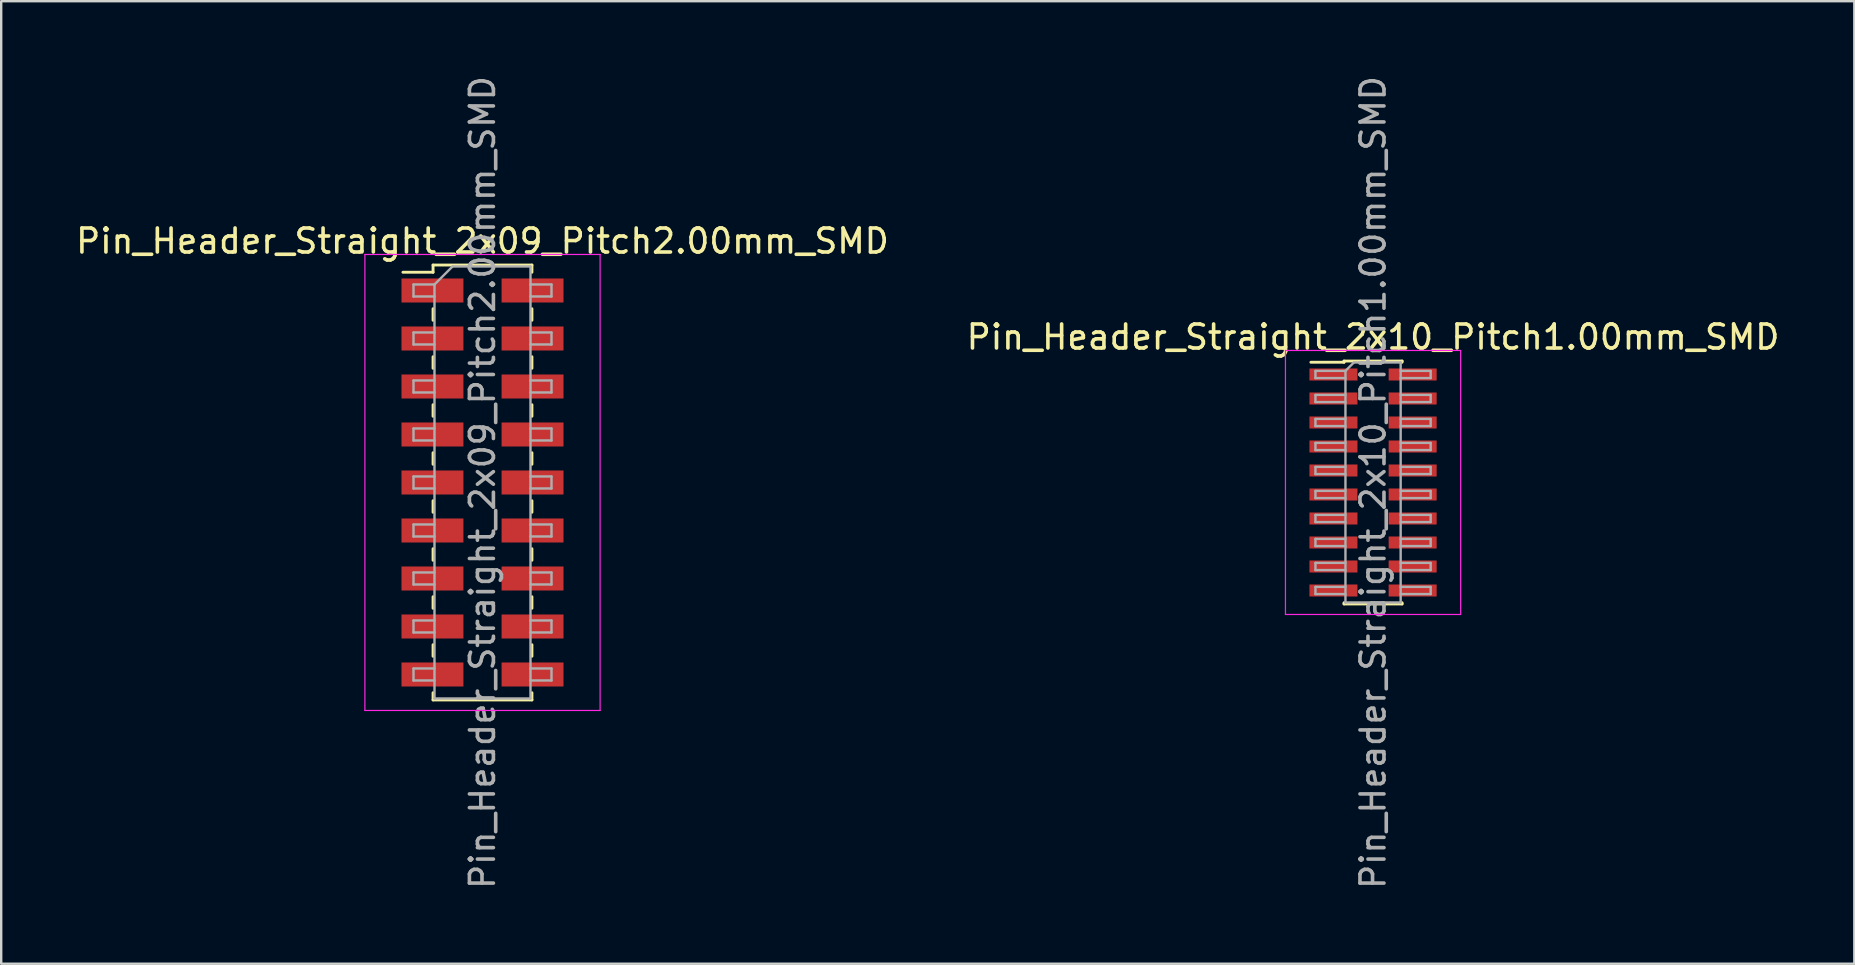
<source format=kicad_pcb>
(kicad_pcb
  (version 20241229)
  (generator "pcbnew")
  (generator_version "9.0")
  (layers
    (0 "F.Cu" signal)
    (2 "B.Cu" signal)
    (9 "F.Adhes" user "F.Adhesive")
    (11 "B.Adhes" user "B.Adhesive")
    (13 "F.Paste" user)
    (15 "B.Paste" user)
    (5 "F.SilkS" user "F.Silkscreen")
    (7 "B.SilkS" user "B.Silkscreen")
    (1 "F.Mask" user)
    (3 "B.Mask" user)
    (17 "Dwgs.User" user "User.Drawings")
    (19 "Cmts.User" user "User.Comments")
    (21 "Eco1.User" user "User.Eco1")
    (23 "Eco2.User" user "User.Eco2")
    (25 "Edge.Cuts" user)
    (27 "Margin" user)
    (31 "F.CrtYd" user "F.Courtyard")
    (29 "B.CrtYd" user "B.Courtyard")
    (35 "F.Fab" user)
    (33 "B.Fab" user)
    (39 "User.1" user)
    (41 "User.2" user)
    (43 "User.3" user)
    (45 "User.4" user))
  (footprint "Pin_Header_Straight_2x10_Pitch1.00mm_SMD"
    (layer "F.Cu")
    (at 54.161 17.054)
    (property "Reference" "Pin_Header_Straight_2x10_Pitch1.00mm_SMD" (at 0 -6.06 0) (layer "F.SilkS") (effects (font (size 1 1) (thickness 0.15))))
    (attr smd)
    (fp_line (start -2.59 -5.01) (end -1.21 -5.01) (stroke (width 0.12) (type solid)) (layer "F.SilkS"))
    (fp_line (start -1.21 -5.06) (end -1.21 -5.01) (stroke (width 0.12) (type solid)) (layer "F.SilkS"))
    (fp_line (start -1.21 -5.06) (end 1.21 -5.06) (stroke (width 0.12) (type solid)) (layer "F.SilkS"))
    (fp_line (start -1.21 5.01) (end -1.21 5.06) (stroke (width 0.12) (type solid)) (layer "F.SilkS"))
    (fp_line (start -1.21 5.06) (end 1.21 5.06) (stroke (width 0.12) (type solid)) (layer "F.SilkS"))
    (fp_line (start 1.21 -5.06) (end 1.21 -5.01) (stroke (width 0.12) (type solid)) (layer "F.SilkS"))
    (fp_line (start 1.21 5.01) (end 1.21 5.06) (stroke (width 0.12) (type solid)) (layer "F.SilkS"))
    (fp_line (start -3.65 -5.5) (end -3.65 5.5) (stroke (width 0.05) (type solid)) (layer "F.CrtYd"))
    (fp_line (start -3.65 5.5) (end 3.65 5.5) (stroke (width 0.05) (type solid)) (layer "F.CrtYd"))
    (fp_line (start 3.65 -5.5) (end -3.65 -5.5) (stroke (width 0.05) (type solid)) (layer "F.CrtYd"))
    (fp_line (start 3.65 5.5) (end 3.65 -5.5) (stroke (width 0.05) (type solid)) (layer "F.CrtYd"))
    (fp_line (start -2.4 -4.65) (end -2.4 -4.35) (stroke (width 0.1) (type solid)) (layer "F.Fab"))
    (fp_line (start -2.4 -4.35) (end -1.15 -4.35) (stroke (width 0.1) (type solid)) (layer "F.Fab"))
    (fp_line (start -2.4 -3.65) (end -2.4 -3.35) (stroke (width 0.1) (type solid)) (layer "F.Fab"))
    (fp_line (start -2.4 -3.35) (end -1.15 -3.35) (stroke (width 0.1) (type solid)) (layer "F.Fab"))
    (fp_line (start -2.4 -2.65) (end -2.4 -2.35) (stroke (width 0.1) (type solid)) (layer "F.Fab"))
    (fp_line (start -2.4 -2.35) (end -1.15 -2.35) (stroke (width 0.1) (type solid)) (layer "F.Fab"))
    (fp_line (start -2.4 -1.65) (end -2.4 -1.35) (stroke (width 0.1) (type solid)) (layer "F.Fab"))
    (fp_line (start -2.4 -1.35) (end -1.15 -1.35) (stroke (width 0.1) (type solid)) (layer "F.Fab"))
    (fp_line (start -2.4 -0.65) (end -2.4 -0.35) (stroke (width 0.1) (type solid)) (layer "F.Fab"))
    (fp_line (start -2.4 -0.35) (end -1.15 -0.35) (stroke (width 0.1) (type solid)) (layer "F.Fab"))
    (fp_line (start -2.4 0.35) (end -2.4 0.65) (stroke (width 0.1) (type solid)) (layer "F.Fab"))
    (fp_line (start -2.4 0.65) (end -1.15 0.65) (stroke (width 0.1) (type solid)) (layer "F.Fab"))
    (fp_line (start -2.4 1.35) (end -2.4 1.65) (stroke (width 0.1) (type solid)) (layer "F.Fab"))
    (fp_line (start -2.4 1.65) (end -1.15 1.65) (stroke (width 0.1) (type solid)) (layer "F.Fab"))
    (fp_line (start -2.4 2.35) (end -2.4 2.65) (stroke (width 0.1) (type solid)) (layer "F.Fab"))
    (fp_line (start -2.4 2.65) (end -1.15 2.65) (stroke (width 0.1) (type solid)) (layer "F.Fab"))
    (fp_line (start -2.4 3.35) (end -2.4 3.65) (stroke (width 0.1) (type solid)) (layer "F.Fab"))
    (fp_line (start -2.4 3.65) (end -1.15 3.65) (stroke (width 0.1) (type solid)) (layer "F.Fab"))
    (fp_line (start -2.4 4.35) (end -2.4 4.65) (stroke (width 0.1) (type solid)) (layer "F.Fab"))
    (fp_line (start -2.4 4.65) (end -1.15 4.65) (stroke (width 0.1) (type solid)) (layer "F.Fab"))
    (fp_line (start -1.15 -4.65) (end -2.4 -4.65) (stroke (width 0.1) (type solid)) (layer "F.Fab"))
    (fp_line (start -1.15 -4.65) (end -0.8 -5) (stroke (width 0.1) (type solid)) (layer "F.Fab"))
    (fp_line (start -1.15 -3.65) (end -2.4 -3.65) (stroke (width 0.1) (type solid)) (layer "F.Fab"))
    (fp_line (start -1.15 -2.65) (end -2.4 -2.65) (stroke (width 0.1) (type solid)) (layer "F.Fab"))
    (fp_line (start -1.15 -1.65) (end -2.4 -1.65) (stroke (width 0.1) (type solid)) (layer "F.Fab"))
    (fp_line (start -1.15 -0.65) (end -2.4 -0.65) (stroke (width 0.1) (type solid)) (layer "F.Fab"))
    (fp_line (start -1.15 0.35) (end -2.4 0.35) (stroke (width 0.1) (type solid)) (layer "F.Fab"))
    (fp_line (start -1.15 1.35) (end -2.4 1.35) (stroke (width 0.1) (type solid)) (layer "F.Fab"))
    (fp_line (start -1.15 2.35) (end -2.4 2.35) (stroke (width 0.1) (type solid)) (layer "F.Fab"))
    (fp_line (start -1.15 3.35) (end -2.4 3.35) (stroke (width 0.1) (type solid)) (layer "F.Fab"))
    (fp_line (start -1.15 4.35) (end -2.4 4.35) (stroke (width 0.1) (type solid)) (layer "F.Fab"))
    (fp_line (start -1.15 5) (end -1.15 -4.65) (stroke (width 0.1) (type solid)) (layer "F.Fab"))
    (fp_line (start -0.8 -5) (end 1.15 -5) (stroke (width 0.1) (type solid)) (layer "F.Fab"))
    (fp_line (start 1.15 -5) (end 1.15 5) (stroke (width 0.1) (type solid)) (layer "F.Fab"))
    (fp_line (start 1.15 -4.65) (end 2.4 -4.65) (stroke (width 0.1) (type solid)) (layer "F.Fab"))
    (fp_line (start 1.15 -3.65) (end 2.4 -3.65) (stroke (width 0.1) (type solid)) (layer "F.Fab"))
    (fp_line (start 1.15 -2.65) (end 2.4 -2.65) (stroke (width 0.1) (type solid)) (layer "F.Fab"))
    (fp_line (start 1.15 -1.65) (end 2.4 -1.65) (stroke (width 0.1) (type solid)) (layer "F.Fab"))
    (fp_line (start 1.15 -0.65) (end 2.4 -0.65) (stroke (width 0.1) (type solid)) (layer "F.Fab"))
    (fp_line (start 1.15 0.35) (end 2.4 0.35) (stroke (width 0.1) (type solid)) (layer "F.Fab"))
    (fp_line (start 1.15 1.35) (end 2.4 1.35) (stroke (width 0.1) (type solid)) (layer "F.Fab"))
    (fp_line (start 1.15 2.35) (end 2.4 2.35) (stroke (width 0.1) (type solid)) (layer "F.Fab"))
    (fp_line (start 1.15 3.35) (end 2.4 3.35) (stroke (width 0.1) (type solid)) (layer "F.Fab"))
    (fp_line (start 1.15 4.35) (end 2.4 4.35) (stroke (width 0.1) (type solid)) (layer "F.Fab"))
    (fp_line (start 1.15 5) (end -1.15 5) (stroke (width 0.1) (type solid)) (layer "F.Fab"))
    (fp_line (start 2.4 -4.65) (end 2.4 -4.35) (stroke (width 0.1) (type solid)) (layer "F.Fab"))
    (fp_line (start 2.4 -4.35) (end 1.15 -4.35) (stroke (width 0.1) (type solid)) (layer "F.Fab"))
    (fp_line (start 2.4 -3.65) (end 2.4 -3.35) (stroke (width 0.1) (type solid)) (layer "F.Fab"))
    (fp_line (start 2.4 -3.35) (end 1.15 -3.35) (stroke (width 0.1) (type solid)) (layer "F.Fab"))
    (fp_line (start 2.4 -2.65) (end 2.4 -2.35) (stroke (width 0.1) (type solid)) (layer "F.Fab"))
    (fp_line (start 2.4 -2.35) (end 1.15 -2.35) (stroke (width 0.1) (type solid)) (layer "F.Fab"))
    (fp_line (start 2.4 -1.65) (end 2.4 -1.35) (stroke (width 0.1) (type solid)) (layer "F.Fab"))
    (fp_line (start 2.4 -1.35) (end 1.15 -1.35) (stroke (width 0.1) (type solid)) (layer "F.Fab"))
    (fp_line (start 2.4 -0.65) (end 2.4 -0.35) (stroke (width 0.1) (type solid)) (layer "F.Fab"))
    (fp_line (start 2.4 -0.35) (end 1.15 -0.35) (stroke (width 0.1) (type solid)) (layer "F.Fab"))
    (fp_line (start 2.4 0.35) (end 2.4 0.65) (stroke (width 0.1) (type solid)) (layer "F.Fab"))
    (fp_line (start 2.4 0.65) (end 1.15 0.65) (stroke (width 0.1) (type solid)) (layer "F.Fab"))
    (fp_line (start 2.4 1.35) (end 2.4 1.65) (stroke (width 0.1) (type solid)) (layer "F.Fab"))
    (fp_line (start 2.4 1.65) (end 1.15 1.65) (stroke (width 0.1) (type solid)) (layer "F.Fab"))
    (fp_line (start 2.4 2.35) (end 2.4 2.65) (stroke (width 0.1) (type solid)) (layer "F.Fab"))
    (fp_line (start 2.4 2.65) (end 1.15 2.65) (stroke (width 0.1) (type solid)) (layer "F.Fab"))
    (fp_line (start 2.4 3.35) (end 2.4 3.65) (stroke (width 0.1) (type solid)) (layer "F.Fab"))
    (fp_line (start 2.4 3.65) (end 1.15 3.65) (stroke (width 0.1) (type solid)) (layer "F.Fab"))
    (fp_line (start 2.4 4.35) (end 2.4 4.65) (stroke (width 0.1) (type solid)) (layer "F.Fab"))
    (fp_line (start 2.4 4.65) (end 1.15 4.65) (stroke (width 0.1) (type solid)) (layer "F.Fab"))
    (fp_text user "${REFERENCE}" (at 0 0 90) (layer "F.Fab") (effects (font (size 1 1) (thickness 0.15))))
    (pad "1" smd rect (at -1.65 -4.5) (size 2 0.5) (layers "F.Cu" "F.Mask" "F.Paste"))
    (pad "2" smd rect (at 1.65 -4.5) (size 2 0.5) (layers "F.Cu" "F.Mask" "F.Paste"))
    (pad "3" smd rect (at -1.65 -3.5) (size 2 0.5) (layers "F.Cu" "F.Mask" "F.Paste"))
    (pad "4" smd rect (at 1.65 -3.5) (size 2 0.5) (layers "F.Cu" "F.Mask" "F.Paste"))
    (pad "5" smd rect (at -1.65 -2.5) (size 2 0.5) (layers "F.Cu" "F.Mask" "F.Paste"))
    (pad "6" smd rect (at 1.65 -2.5) (size 2 0.5) (layers "F.Cu" "F.Mask" "F.Paste"))
    (pad "7" smd rect (at -1.65 -1.5) (size 2 0.5) (layers "F.Cu" "F.Mask" "F.Paste"))
    (pad "8" smd rect (at 1.65 -1.5) (size 2 0.5) (layers "F.Cu" "F.Mask" "F.Paste"))
    (pad "9" smd rect (at -1.65 -0.5) (size 2 0.5) (layers "F.Cu" "F.Mask" "F.Paste"))
    (pad "10" smd rect (at 1.65 -0.5) (size 2 0.5) (layers "F.Cu" "F.Mask" "F.Paste"))
    (pad "11" smd rect (at -1.65 0.5) (size 2 0.5) (layers "F.Cu" "F.Mask" "F.Paste"))
    (pad "12" smd rect (at 1.65 0.5) (size 2 0.5) (layers "F.Cu" "F.Mask" "F.Paste"))
    (pad "13" smd rect (at -1.65 1.5) (size 2 0.5) (layers "F.Cu" "F.Mask" "F.Paste"))
    (pad "14" smd rect (at 1.65 1.5) (size 2 0.5) (layers "F.Cu" "F.Mask" "F.Paste"))
    (pad "15" smd rect (at -1.65 2.5) (size 2 0.5) (layers "F.Cu" "F.Mask" "F.Paste"))
    (pad "16" smd rect (at 1.65 2.5) (size 2 0.5) (layers "F.Cu" "F.Mask" "F.Paste"))
    (pad "17" smd rect (at -1.65 3.5) (size 2 0.5) (layers "F.Cu" "F.Mask" "F.Paste"))
    (pad "18" smd rect (at 1.65 3.5) (size 2 0.5) (layers "F.Cu" "F.Mask" "F.Paste"))
    (pad "19" smd rect (at -1.65 4.5) (size 2 0.5) (layers "F.Cu" "F.Mask" "F.Paste"))
    (pad "20" smd rect (at 1.65 4.5) (size 2 0.5) (layers "F.Cu" "F.Mask" "F.Paste")))
  (footprint "Pin_Header_Straight_2x09_Pitch2.00mm_SMD"
    (layer "F.Cu")
    (at 17.054 17.054)
    (property "Reference" "Pin_Header_Straight_2x09_Pitch2.00mm_SMD" (at 0 -10.06 0) (layer "F.SilkS") (effects (font (size 1 1) (thickness 0.15))))
    (attr smd)
    (fp_line (start -3.315 -8.76) (end -2.06 -8.76) (stroke (width 0.12) (type solid)) (layer "F.SilkS"))
    (fp_line (start -2.06 -9.06) (end -2.06 -8.76) (stroke (width 0.12) (type solid)) (layer "F.SilkS"))
    (fp_line (start -2.06 -9.06) (end 2.06 -9.06) (stroke (width 0.12) (type solid)) (layer "F.SilkS"))
    (fp_line (start -2.06 -7.24) (end -2.06 -6.76) (stroke (width 0.12) (type solid)) (layer "F.SilkS"))
    (fp_line (start -2.06 -5.24) (end -2.06 -4.76) (stroke (width 0.12) (type solid)) (layer "F.SilkS"))
    (fp_line (start -2.06 -3.24) (end -2.06 -2.76) (stroke (width 0.12) (type solid)) (layer "F.SilkS"))
    (fp_line (start -2.06 -1.24) (end -2.06 -0.76) (stroke (width 0.12) (type solid)) (layer "F.SilkS"))
    (fp_line (start -2.06 0.76) (end -2.06 1.24) (stroke (width 0.12) (type solid)) (layer "F.SilkS"))
    (fp_line (start -2.06 2.76) (end -2.06 3.24) (stroke (width 0.12) (type solid)) (layer "F.SilkS"))
    (fp_line (start -2.06 4.76) (end -2.06 5.24) (stroke (width 0.12) (type solid)) (layer "F.SilkS"))
    (fp_line (start -2.06 6.76) (end -2.06 7.24) (stroke (width 0.12) (type solid)) (layer "F.SilkS"))
    (fp_line (start -2.06 8.76) (end -2.06 9.06) (stroke (width 0.12) (type solid)) (layer "F.SilkS"))
    (fp_line (start -2.06 9.06) (end 2.06 9.06) (stroke (width 0.12) (type solid)) (layer "F.SilkS"))
    (fp_line (start 2.06 -9.06) (end 2.06 -8.76) (stroke (width 0.12) (type solid)) (layer "F.SilkS"))
    (fp_line (start 2.06 -7.24) (end 2.06 -6.76) (stroke (width 0.12) (type solid)) (layer "F.SilkS"))
    (fp_line (start 2.06 -5.24) (end 2.06 -4.76) (stroke (width 0.12) (type solid)) (layer "F.SilkS"))
    (fp_line (start 2.06 -3.24) (end 2.06 -2.76) (stroke (width 0.12) (type solid)) (layer "F.SilkS"))
    (fp_line (start 2.06 -1.24) (end 2.06 -0.76) (stroke (width 0.12) (type solid)) (layer "F.SilkS"))
    (fp_line (start 2.06 0.76) (end 2.06 1.24) (stroke (width 0.12) (type solid)) (layer "F.SilkS"))
    (fp_line (start 2.06 2.76) (end 2.06 3.24) (stroke (width 0.12) (type solid)) (layer "F.SilkS"))
    (fp_line (start 2.06 4.76) (end 2.06 5.24) (stroke (width 0.12) (type solid)) (layer "F.SilkS"))
    (fp_line (start 2.06 6.76) (end 2.06 7.24) (stroke (width 0.12) (type solid)) (layer "F.SilkS"))
    (fp_line (start 2.06 8.76) (end 2.06 9.06) (stroke (width 0.12) (type solid)) (layer "F.SilkS"))
    (fp_line (start -4.9 -9.5) (end -4.9 9.5) (stroke (width 0.05) (type solid)) (layer "F.CrtYd"))
    (fp_line (start -4.9 9.5) (end 4.9 9.5) (stroke (width 0.05) (type solid)) (layer "F.CrtYd"))
    (fp_line (start 4.9 -9.5) (end -4.9 -9.5) (stroke (width 0.05) (type solid)) (layer "F.CrtYd"))
    (fp_line (start 4.9 9.5) (end 4.9 -9.5) (stroke (width 0.05) (type solid)) (layer "F.CrtYd"))
    (fp_line (start -2.875 -8.25) (end -2.875 -7.75) (stroke (width 0.1) (type solid)) (layer "F.Fab"))
    (fp_line (start -2.875 -7.75) (end -2 -7.75) (stroke (width 0.1) (type solid)) (layer "F.Fab"))
    (fp_line (start -2.875 -6.25) (end -2.875 -5.75) (stroke (width 0.1) (type solid)) (layer "F.Fab"))
    (fp_line (start -2.875 -5.75) (end -2 -5.75) (stroke (width 0.1) (type solid)) (layer "F.Fab"))
    (fp_line (start -2.875 -4.25) (end -2.875 -3.75) (stroke (width 0.1) (type solid)) (layer "F.Fab"))
    (fp_line (start -2.875 -3.75) (end -2 -3.75) (stroke (width 0.1) (type solid)) (layer "F.Fab"))
    (fp_line (start -2.875 -2.25) (end -2.875 -1.75) (stroke (width 0.1) (type solid)) (layer "F.Fab"))
    (fp_line (start -2.875 -1.75) (end -2 -1.75) (stroke (width 0.1) (type solid)) (layer "F.Fab"))
    (fp_line (start -2.875 -0.25) (end -2.875 0.25) (stroke (width 0.1) (type solid)) (layer "F.Fab"))
    (fp_line (start -2.875 0.25) (end -2 0.25) (stroke (width 0.1) (type solid)) (layer "F.Fab"))
    (fp_line (start -2.875 1.75) (end -2.875 2.25) (stroke (width 0.1) (type solid)) (layer "F.Fab"))
    (fp_line (start -2.875 2.25) (end -2 2.25) (stroke (width 0.1) (type solid)) (layer "F.Fab"))
    (fp_line (start -2.875 3.75) (end -2.875 4.25) (stroke (width 0.1) (type solid)) (layer "F.Fab"))
    (fp_line (start -2.875 4.25) (end -2 4.25) (stroke (width 0.1) (type solid)) (layer "F.Fab"))
    (fp_line (start -2.875 5.75) (end -2.875 6.25) (stroke (width 0.1) (type solid)) (layer "F.Fab"))
    (fp_line (start -2.875 6.25) (end -2 6.25) (stroke (width 0.1) (type solid)) (layer "F.Fab"))
    (fp_line (start -2.875 7.75) (end -2.875 8.25) (stroke (width 0.1) (type solid)) (layer "F.Fab"))
    (fp_line (start -2.875 8.25) (end -2 8.25) (stroke (width 0.1) (type solid)) (layer "F.Fab"))
    (fp_line (start -2 -8.25) (end -2.875 -8.25) (stroke (width 0.1) (type solid)) (layer "F.Fab"))
    (fp_line (start -2 -8.25) (end -1.25 -9) (stroke (width 0.1) (type solid)) (layer "F.Fab"))
    (fp_line (start -2 -6.25) (end -2.875 -6.25) (stroke (width 0.1) (type solid)) (layer "F.Fab"))
    (fp_line (start -2 -4.25) (end -2.875 -4.25) (stroke (width 0.1) (type solid)) (layer "F.Fab"))
    (fp_line (start -2 -2.25) (end -2.875 -2.25) (stroke (width 0.1) (type solid)) (layer "F.Fab"))
    (fp_line (start -2 -0.25) (end -2.875 -0.25) (stroke (width 0.1) (type solid)) (layer "F.Fab"))
    (fp_line (start -2 1.75) (end -2.875 1.75) (stroke (width 0.1) (type solid)) (layer "F.Fab"))
    (fp_line (start -2 3.75) (end -2.875 3.75) (stroke (width 0.1) (type solid)) (layer "F.Fab"))
    (fp_line (start -2 5.75) (end -2.875 5.75) (stroke (width 0.1) (type solid)) (layer "F.Fab"))
    (fp_line (start -2 7.75) (end -2.875 7.75) (stroke (width 0.1) (type solid)) (layer "F.Fab"))
    (fp_line (start -2 9) (end -2 -8.25) (stroke (width 0.1) (type solid)) (layer "F.Fab"))
    (fp_line (start -1.25 -9) (end 2 -9) (stroke (width 0.1) (type solid)) (layer "F.Fab"))
    (fp_line (start 2 -9) (end 2 9) (stroke (width 0.1) (type solid)) (layer "F.Fab"))
    (fp_line (start 2 -8.25) (end 2.875 -8.25) (stroke (width 0.1) (type solid)) (layer "F.Fab"))
    (fp_line (start 2 -6.25) (end 2.875 -6.25) (stroke (width 0.1) (type solid)) (layer "F.Fab"))
    (fp_line (start 2 -4.25) (end 2.875 -4.25) (stroke (width 0.1) (type solid)) (layer "F.Fab"))
    (fp_line (start 2 -2.25) (end 2.875 -2.25) (stroke (width 0.1) (type solid)) (layer "F.Fab"))
    (fp_line (start 2 -0.25) (end 2.875 -0.25) (stroke (width 0.1) (type solid)) (layer "F.Fab"))
    (fp_line (start 2 1.75) (end 2.875 1.75) (stroke (width 0.1) (type solid)) (layer "F.Fab"))
    (fp_line (start 2 3.75) (end 2.875 3.75) (stroke (width 0.1) (type solid)) (layer "F.Fab"))
    (fp_line (start 2 5.75) (end 2.875 5.75) (stroke (width 0.1) (type solid)) (layer "F.Fab"))
    (fp_line (start 2 7.75) (end 2.875 7.75) (stroke (width 0.1) (type solid)) (layer "F.Fab"))
    (fp_line (start 2 9) (end -2 9) (stroke (width 0.1) (type solid)) (layer "F.Fab"))
    (fp_line (start 2.875 -8.25) (end 2.875 -7.75) (stroke (width 0.1) (type solid)) (layer "F.Fab"))
    (fp_line (start 2.875 -7.75) (end 2 -7.75) (stroke (width 0.1) (type solid)) (layer "F.Fab"))
    (fp_line (start 2.875 -6.25) (end 2.875 -5.75) (stroke (width 0.1) (type solid)) (layer "F.Fab"))
    (fp_line (start 2.875 -5.75) (end 2 -5.75) (stroke (width 0.1) (type solid)) (layer "F.Fab"))
    (fp_line (start 2.875 -4.25) (end 2.875 -3.75) (stroke (width 0.1) (type solid)) (layer "F.Fab"))
    (fp_line (start 2.875 -3.75) (end 2 -3.75) (stroke (width 0.1) (type solid)) (layer "F.Fab"))
    (fp_line (start 2.875 -2.25) (end 2.875 -1.75) (stroke (width 0.1) (type solid)) (layer "F.Fab"))
    (fp_line (start 2.875 -1.75) (end 2 -1.75) (stroke (width 0.1) (type solid)) (layer "F.Fab"))
    (fp_line (start 2.875 -0.25) (end 2.875 0.25) (stroke (width 0.1) (type solid)) (layer "F.Fab"))
    (fp_line (start 2.875 0.25) (end 2 0.25) (stroke (width 0.1) (type solid)) (layer "F.Fab"))
    (fp_line (start 2.875 1.75) (end 2.875 2.25) (stroke (width 0.1) (type solid)) (layer "F.Fab"))
    (fp_line (start 2.875 2.25) (end 2 2.25) (stroke (width 0.1) (type solid)) (layer "F.Fab"))
    (fp_line (start 2.875 3.75) (end 2.875 4.25) (stroke (width 0.1) (type solid)) (layer "F.Fab"))
    (fp_line (start 2.875 4.25) (end 2 4.25) (stroke (width 0.1) (type solid)) (layer "F.Fab"))
    (fp_line (start 2.875 5.75) (end 2.875 6.25) (stroke (width 0.1) (type solid)) (layer "F.Fab"))
    (fp_line (start 2.875 6.25) (end 2 6.25) (stroke (width 0.1) (type solid)) (layer "F.Fab"))
    (fp_line (start 2.875 7.75) (end 2.875 8.25) (stroke (width 0.1) (type solid)) (layer "F.Fab"))
    (fp_line (start 2.875 8.25) (end 2 8.25) (stroke (width 0.1) (type solid)) (layer "F.Fab"))
    (fp_text user "${REFERENCE}" (at 0 0 90) (layer "F.Fab") (effects (font (size 1 1) (thickness 0.15))))
    (pad "1" smd rect (at -2.085 -8) (size 2.58 1) (layers "F.Cu" "F.Mask" "F.Paste"))
    (pad "2" smd rect (at 2.085 -8) (size 2.58 1) (layers "F.Cu" "F.Mask" "F.Paste"))
    (pad "3" smd rect (at -2.085 -6) (size 2.58 1) (layers "F.Cu" "F.Mask" "F.Paste"))
    (pad "4" smd rect (at 2.085 -6) (size 2.58 1) (layers "F.Cu" "F.Mask" "F.Paste"))
    (pad "5" smd rect (at -2.085 -4) (size 2.58 1) (layers "F.Cu" "F.Mask" "F.Paste"))
    (pad "6" smd rect (at 2.085 -4) (size 2.58 1) (layers "F.Cu" "F.Mask" "F.Paste"))
    (pad "7" smd rect (at -2.085 -2) (size 2.58 1) (layers "F.Cu" "F.Mask" "F.Paste"))
    (pad "8" smd rect (at 2.085 -2) (size 2.58 1) (layers "F.Cu" "F.Mask" "F.Paste"))
    (pad "9" smd rect (at -2.085 0) (size 2.58 1) (layers "F.Cu" "F.Mask" "F.Paste"))
    (pad "10" smd rect (at 2.085 0) (size 2.58 1) (layers "F.Cu" "F.Mask" "F.Paste"))
    (pad "11" smd rect (at -2.085 2) (size 2.58 1) (layers "F.Cu" "F.Mask" "F.Paste"))
    (pad "12" smd rect (at 2.085 2) (size 2.58 1) (layers "F.Cu" "F.Mask" "F.Paste"))
    (pad "13" smd rect (at -2.085 4) (size 2.58 1) (layers "F.Cu" "F.Mask" "F.Paste"))
    (pad "14" smd rect (at 2.085 4) (size 2.58 1) (layers "F.Cu" "F.Mask" "F.Paste"))
    (pad "15" smd rect (at -2.085 6) (size 2.58 1) (layers "F.Cu" "F.Mask" "F.Paste"))
    (pad "16" smd rect (at 2.085 6) (size 2.58 1) (layers "F.Cu" "F.Mask" "F.Paste"))
    (pad "17" smd rect (at -2.085 8) (size 2.58 1) (layers "F.Cu" "F.Mask" "F.Paste"))
    (pad "18" smd rect (at 2.085 8) (size 2.58 1) (layers "F.Cu" "F.Mask" "F.Paste")))
  (gr_rect
    (start -3 -3)
    (end 74.214 37.107)
    (stroke (width 0.1) (type default))
    (fill no)
    (layer "Edge.Cuts")))
</source>
